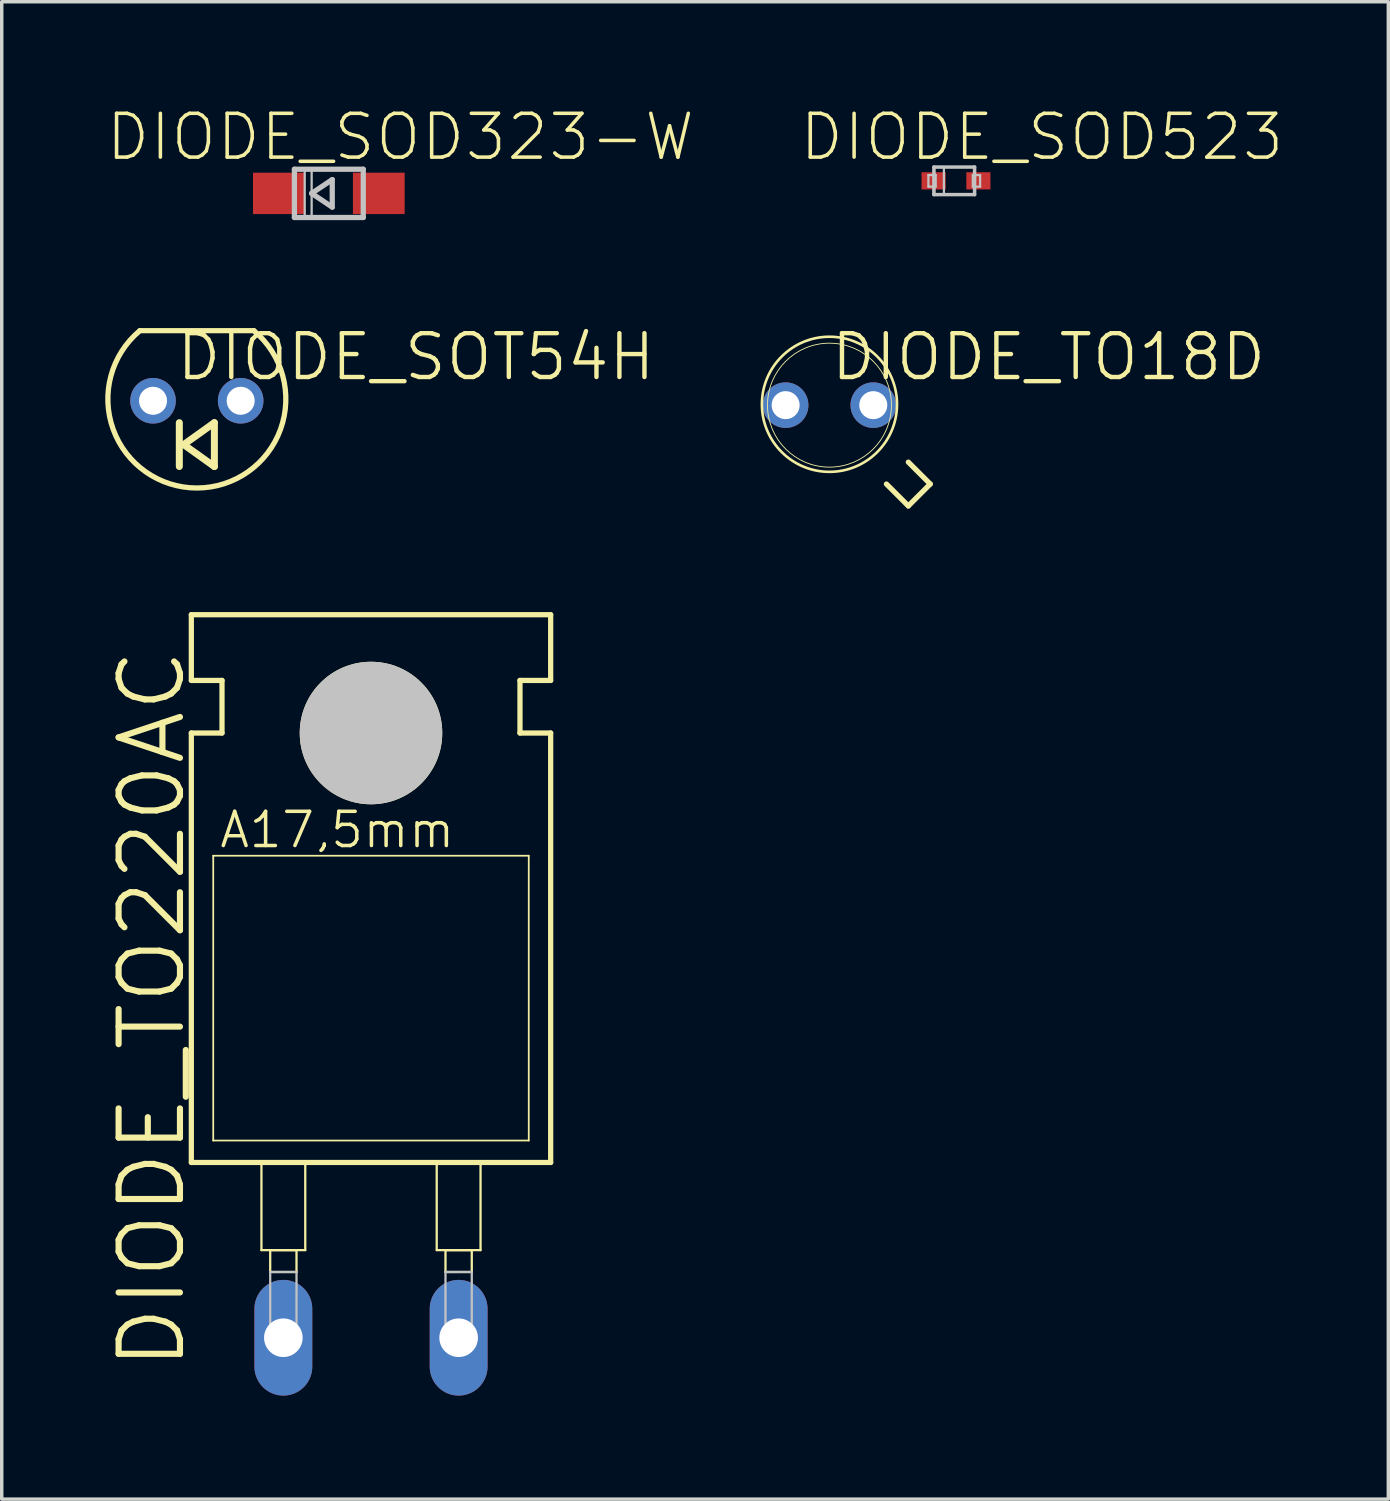
<source format=kicad_pcb>
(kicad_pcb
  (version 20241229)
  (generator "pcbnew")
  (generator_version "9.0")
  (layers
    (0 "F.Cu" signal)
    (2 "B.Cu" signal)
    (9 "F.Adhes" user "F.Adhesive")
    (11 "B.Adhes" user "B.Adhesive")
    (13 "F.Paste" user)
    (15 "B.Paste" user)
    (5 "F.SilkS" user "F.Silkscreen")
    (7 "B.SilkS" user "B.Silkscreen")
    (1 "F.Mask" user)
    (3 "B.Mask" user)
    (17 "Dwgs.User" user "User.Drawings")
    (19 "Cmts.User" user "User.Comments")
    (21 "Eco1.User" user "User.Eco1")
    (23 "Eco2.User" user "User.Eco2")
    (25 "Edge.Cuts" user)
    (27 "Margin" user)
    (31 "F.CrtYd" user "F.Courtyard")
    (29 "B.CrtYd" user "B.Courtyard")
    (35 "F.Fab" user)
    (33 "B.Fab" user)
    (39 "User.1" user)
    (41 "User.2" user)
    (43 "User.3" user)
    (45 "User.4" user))
  (footprint "DIODE_TO18D"
    (layer "F.Cu")
    (at 20.989 8.692)
    (property "Reference" "DIODE_TO18D" (at 6.35 -1.397 0) (layer "F.SilkS") (effects (font (size 1.27 1.27) (thickness 0.127))))
    (attr exclude_from_pos_files exclude_from_bom)
    (fp_line (start 1.651 2.286) (end 2.286 2.921) (stroke (width 0.152) (type solid)) (layer "F.SilkS"))
    (fp_line (start 2.286 2.921) (end 2.921 2.286) (stroke (width 0.152) (type solid)) (layer "F.SilkS"))
    (fp_line (start 2.921 2.286) (end 2.286 1.651) (stroke (width 0.152) (type solid)) (layer "F.SilkS"))
    (fp_circle (center 0 -0.025) (end -1.384 -1.41) (stroke (width 0.076) (type solid)) (fill no) (layer "F.SilkS"))
    (fp_circle (center 0 0) (end -1.27 1.27) (stroke (width 0.025) (type solid)) (fill no) (layer "F.SilkS"))
    (pad "A" thru_hole circle (at 1.27 0) (size 1.321 1.321) (drill 0.813) (layers "*.Cu" "*.Paste" "*.Mask"))
    (pad "C" thru_hole circle (at -1.27 0) (size 1.321 1.321) (drill 0.813) (layers "*.Cu" "*.Paste" "*.Mask")))
  (footprint "DIODE_SOT54H"
    (layer "F.Cu")
    (at 2.655 8.565)
    (property "Reference" "DIODE_SOT54H" (at 6.35 -1.27 0) (layer "F.SilkS") (effects (font (size 1.27 1.27) (thickness 0.127))))
    (attr exclude_from_pos_files exclude_from_bom)
    (fp_line (start -0.508 1.905) (end -0.508 0.635) (stroke (width 0.203) (type solid)) (layer "F.SilkS"))
    (fp_line (start -0.381 1.27) (end 0.508 1.905) (stroke (width 0.203) (type solid)) (layer "F.SilkS"))
    (fp_line (start 0.508 0.635) (end -0.381 1.27) (stroke (width 0.203) (type solid)) (layer "F.SilkS"))
    (fp_line (start 0.508 1.905) (end 0.508 0.635) (stroke (width 0.203) (type solid)) (layer "F.SilkS"))
    (fp_line (start 1.651 -2.032) (end -1.651 -2.032) (stroke (width 0.152) (type solid)) (layer "F.SilkS"))
    (fp_arc (start 1.651 -2.032) (mid 0.002 2.528144) (end -1.654071 -2.029437) (stroke (width 0.1524) (type solid)) (layer "F.SilkS"))
    (pad "A" thru_hole circle (at 1.27 0) (size 1.321 1.321) (drill 0.813) (layers "*.Cu" "*.Paste" "*.Mask"))
    (pad "C" thru_hole circle (at -1.27 0) (size 1.321 1.321) (drill 0.813) (layers "*.Cu" "*.Paste" "*.Mask")))
  (footprint "DIODE_SOD523"
    (layer "F.Cu")
    (at 24.606 2.191)
    (property "Reference" "DIODE_SOD523" (at 2.54 -1.27 0) (layer "F.SilkS") (effects (font (size 1.27 1.27) (thickness 0.102))))
    (attr smd)
    (fp_line (start -0.749 -0.168) (end -0.538 -0.168) (stroke (width 0.066) (type solid)) (layer "Dwgs.User"))
    (fp_line (start -0.749 0.168) (end -0.749 -0.168) (stroke (width 0.066) (type solid)) (layer "Dwgs.User"))
    (fp_line (start -0.749 0.168) (end -0.538 0.168) (stroke (width 0.066) (type solid)) (layer "Dwgs.User"))
    (fp_line (start -0.589 -0.399) (end -0.3 -0.399) (stroke (width 0.066) (type solid)) (layer "Dwgs.User"))
    (fp_line (start -0.589 -0.399) (end 0.589 -0.399) (stroke (width 0.102) (type solid)) (layer "Dwgs.User"))
    (fp_line (start -0.589 0.399) (end -0.589 -0.399) (stroke (width 0.066) (type solid)) (layer "Dwgs.User"))
    (fp_line (start -0.589 0.399) (end -0.589 -0.399) (stroke (width 0.102) (type solid)) (layer "Dwgs.User"))
    (fp_line (start -0.589 0.399) (end -0.3 0.399) (stroke (width 0.066) (type solid)) (layer "Dwgs.User"))
    (fp_line (start -0.538 0.168) (end -0.538 -0.168) (stroke (width 0.066) (type solid)) (layer "Dwgs.User"))
    (fp_line (start -0.3 0.399) (end -0.3 -0.399) (stroke (width 0.066) (type solid)) (layer "Dwgs.User"))
    (fp_line (start 0.538 -0.168) (end 0.749 -0.168) (stroke (width 0.066) (type solid)) (layer "Dwgs.User"))
    (fp_line (start 0.538 0.168) (end 0.538 -0.168) (stroke (width 0.066) (type solid)) (layer "Dwgs.User"))
    (fp_line (start 0.538 0.168) (end 0.749 0.168) (stroke (width 0.066) (type solid)) (layer "Dwgs.User"))
    (fp_line (start 0.589 -0.399) (end 0.589 0.399) (stroke (width 0.102) (type solid)) (layer "Dwgs.User"))
    (fp_line (start 0.589 0.399) (end -0.589 0.399) (stroke (width 0.102) (type solid)) (layer "Dwgs.User"))
    (fp_line (start 0.749 0.168) (end 0.749 -0.168) (stroke (width 0.066) (type solid)) (layer "Dwgs.User"))
    (pad "A" smd rect (at 0.699 0) (size 0.699 0.498) (layers "F.Cu" "F.Mask" "F.Paste"))
    (pad "C" smd rect (at -0.599 0) (size 0.699 0.498) (layers "F.Cu" "F.Mask" "F.Paste")))
  (footprint "DIODE_SOD323-W"
    (layer "F.Cu")
    (at 6.48 2.554)
    (property "Reference" "DIODE_SOD323-W" (at 2.073 -1.633 0) (layer "F.SilkS") (effects (font (size 1.27 1.27) (thickness 0.102))))
    (attr smd)
    (fp_line (start -0.998 -0.699) (end 0.998 -0.699) (stroke (width 0.152) (type solid)) (layer "Dwgs.User"))
    (fp_line (start -0.998 0.699) (end -0.998 -0.699) (stroke (width 0.152) (type solid)) (layer "Dwgs.User"))
    (fp_line (start -0.699 -0.699) (end -0.498 -0.699) (stroke (width 0.066) (type solid)) (layer "Dwgs.User"))
    (fp_line (start -0.699 0.699) (end -0.699 -0.699) (stroke (width 0.066) (type solid)) (layer "Dwgs.User"))
    (fp_line (start -0.699 0.699) (end -0.498 0.699) (stroke (width 0.066) (type solid)) (layer "Dwgs.User"))
    (fp_line (start -0.498 0) (end 0.099 -0.399) (stroke (width 0.152) (type solid)) (layer "Dwgs.User"))
    (fp_line (start -0.498 0.699) (end -0.498 -0.699) (stroke (width 0.066) (type solid)) (layer "Dwgs.User"))
    (fp_line (start 0.099 -0.399) (end 0.099 0.399) (stroke (width 0.152) (type solid)) (layer "Dwgs.User"))
    (fp_line (start 0.099 0.399) (end -0.498 0) (stroke (width 0.152) (type solid)) (layer "Dwgs.User"))
    (fp_line (start 0.998 -0.699) (end 0.998 0.699) (stroke (width 0.152) (type solid)) (layer "Dwgs.User"))
    (fp_line (start 0.998 0.699) (end -0.998 0.699) (stroke (width 0.152) (type solid)) (layer "Dwgs.User"))
    (pad "A" smd rect (at 1.448 0) (size 1.499 1.199) (layers "F.Cu" "F.Mask" "F.Paste"))
    (pad "C" smd rect (at -1.448 0) (size 1.499 1.199) (layers "F.Cu" "F.Mask" "F.Paste")))
  (footprint "DIODE_TO220AC"
    (layer "F.Cu")
    (at 7.702 29.37)
    (property "Reference" "DIODE_TO220AC" (at -6.35 -3.175 90) (layer "F.SilkS") (effects (font (size 1.778 1.778) (thickness 0.178))))
    (attr exclude_from_pos_files exclude_from_bom)
    (fp_line (start -5.207 -12.7) (end -5.207 -14.605) (stroke (width 0.152) (type solid)) (layer "F.SilkS"))
    (fp_line (start -5.207 -11.176) (end -4.318 -11.176) (stroke (width 0.152) (type solid)) (layer "F.SilkS"))
    (fp_line (start -5.207 1.27) (end -5.207 -11.176) (stroke (width 0.152) (type solid)) (layer "F.SilkS"))
    (fp_line (start -5.207 1.27) (end 5.207 1.27) (stroke (width 0.152) (type solid)) (layer "F.SilkS"))
    (fp_line (start -4.572 0.635) (end -4.572 -7.62) (stroke (width 0.051) (type solid)) (layer "F.SilkS"))
    (fp_line (start -4.572 0.635) (end 4.572 0.635) (stroke (width 0.051) (type solid)) (layer "F.SilkS"))
    (fp_line (start -4.318 -12.7) (end -5.207 -12.7) (stroke (width 0.152) (type solid)) (layer "F.SilkS"))
    (fp_line (start -4.318 -11.176) (end -4.318 -12.7) (stroke (width 0.152) (type solid)) (layer "F.SilkS"))
    (fp_line (start -3.175 1.27) (end -1.905 1.27) (stroke (width 0.066) (type solid)) (layer "F.SilkS"))
    (fp_line (start -3.175 3.81) (end -3.175 1.27) (stroke (width 0.066) (type solid)) (layer "F.SilkS"))
    (fp_line (start -3.175 3.81) (end -1.905 3.81) (stroke (width 0.066) (type solid)) (layer "F.SilkS"))
    (fp_line (start -2.921 3.81) (end -2.159 3.81) (stroke (width 0.066) (type solid)) (layer "F.SilkS"))
    (fp_line (start -2.921 4.445) (end -2.921 3.81) (stroke (width 0.066) (type solid)) (layer "F.SilkS"))
    (fp_line (start -2.921 4.445) (end -2.159 4.445) (stroke (width 0.066) (type solid)) (layer "F.SilkS"))
    (fp_line (start -2.159 4.445) (end -2.159 3.81) (stroke (width 0.066) (type solid)) (layer "F.SilkS"))
    (fp_line (start -1.905 3.81) (end -1.905 1.27) (stroke (width 0.066) (type solid)) (layer "F.SilkS"))
    (fp_line (start -1.651 -11.176) (end 1.651 -11.176) (stroke (width 0.127) (type solid)) (layer "F.SilkS"))
    (fp_line (start 0 -9.525) (end 0 -12.827) (stroke (width 0.127) (type solid)) (layer "F.SilkS"))
    (fp_line (start 1.905 1.27) (end 3.175 1.27) (stroke (width 0.066) (type solid)) (layer "F.SilkS"))
    (fp_line (start 1.905 3.81) (end 1.905 1.27) (stroke (width 0.066) (type solid)) (layer "F.SilkS"))
    (fp_line (start 1.905 3.81) (end 3.175 3.81) (stroke (width 0.066) (type solid)) (layer "F.SilkS"))
    (fp_line (start 2.159 3.81) (end 2.921 3.81) (stroke (width 0.066) (type solid)) (layer "F.SilkS"))
    (fp_line (start 2.159 4.445) (end 2.159 3.81) (stroke (width 0.066) (type solid)) (layer "F.SilkS"))
    (fp_line (start 2.159 4.445) (end 2.921 4.445) (stroke (width 0.066) (type solid)) (layer "F.SilkS"))
    (fp_line (start 2.921 4.445) (end 2.921 3.81) (stroke (width 0.066) (type solid)) (layer "F.SilkS"))
    (fp_line (start 3.175 3.81) (end 3.175 1.27) (stroke (width 0.066) (type solid)) (layer "F.SilkS"))
    (fp_line (start 4.318 -12.7) (end 5.207 -12.7) (stroke (width 0.152) (type solid)) (layer "F.SilkS"))
    (fp_line (start 4.318 -11.176) (end 4.318 -12.7) (stroke (width 0.152) (type solid)) (layer "F.SilkS"))
    (fp_line (start 4.572 -7.62) (end -4.572 -7.62) (stroke (width 0.051) (type solid)) (layer "F.SilkS"))
    (fp_line (start 4.572 -7.62) (end 4.572 0.635) (stroke (width 0.051) (type solid)) (layer "F.SilkS"))
    (fp_line (start 5.207 -14.605) (end -5.207 -14.605) (stroke (width 0.152) (type solid)) (layer "F.SilkS"))
    (fp_line (start 5.207 -12.7) (end 5.207 -14.605) (stroke (width 0.152) (type solid)) (layer "F.SilkS"))
    (fp_line (start 5.207 -11.176) (end 4.318 -11.176) (stroke (width 0.152) (type solid)) (layer "F.SilkS"))
    (fp_line (start 5.207 1.27) (end 5.207 -11.176) (stroke (width 0.152) (type solid)) (layer "F.SilkS"))
    (fp_circle (center 0 -11.176) (end -1.46 -12.636) (stroke (width 0) (type solid)) (fill yes) (layer "F.SilkS"))
    (fp_circle (center 0 -11.176) (end -0.899 -12.075) (stroke (width 0.076) (type solid)) (fill no) (layer "F.SilkS"))
    (fp_circle (center 0 -11.176) (end -0.826 -12.002) (stroke (width 0.127) (type solid)) (fill no) (layer "F.SilkS"))
    (fp_line (start -2.921 4.445) (end -2.159 4.445) (stroke (width 0.066) (type solid)) (layer "Dwgs.User"))
    (fp_line (start -2.921 6.35) (end -2.921 4.445) (stroke (width 0.066) (type solid)) (layer "Dwgs.User"))
    (fp_line (start -2.921 6.35) (end -2.159 6.35) (stroke (width 0.066) (type solid)) (layer "Dwgs.User"))
    (fp_line (start -2.159 6.35) (end -2.159 4.445) (stroke (width 0.066) (type solid)) (layer "Dwgs.User"))
    (fp_line (start 2.159 4.445) (end 2.921 4.445) (stroke (width 0.066) (type solid)) (layer "Dwgs.User"))
    (fp_line (start 2.159 6.35) (end 2.159 4.445) (stroke (width 0.066) (type solid)) (layer "Dwgs.User"))
    (fp_line (start 2.159 6.35) (end 2.921 6.35) (stroke (width 0.066) (type solid)) (layer "Dwgs.User"))
    (fp_line (start 2.921 6.35) (end 2.921 4.445) (stroke (width 0.066) (type solid)) (layer "Dwgs.User"))
    (fp_circle (center 0 -11.176) (end -1.46 -12.636) (stroke (width 0) (type solid)) (fill yes) (layer "Dwgs.User"))
    (fp_text user "A17,5mm" (at -0.978 -8.369 0) (layer "F.SilkS") (effects (font (size 0.991 0.991) (thickness 0.102))))
    (pad "A" thru_hole oval (at 2.54 6.35 180) (size 1.676 3.353) (drill 1.118) (layers "*.Cu" "*.Paste" "*.Mask"))
    (pad "C" thru_hole oval (at -2.54 6.35 180) (size 1.676 3.353) (drill 1.118) (layers "*.Cu" "*.Paste" "*.Mask")))
  (gr_rect
    (start -3 -3)
    (end 37.186 40.397)
    (stroke (width 0.1) (type default))
    (fill no)
    (layer "Edge.Cuts")))
</source>
